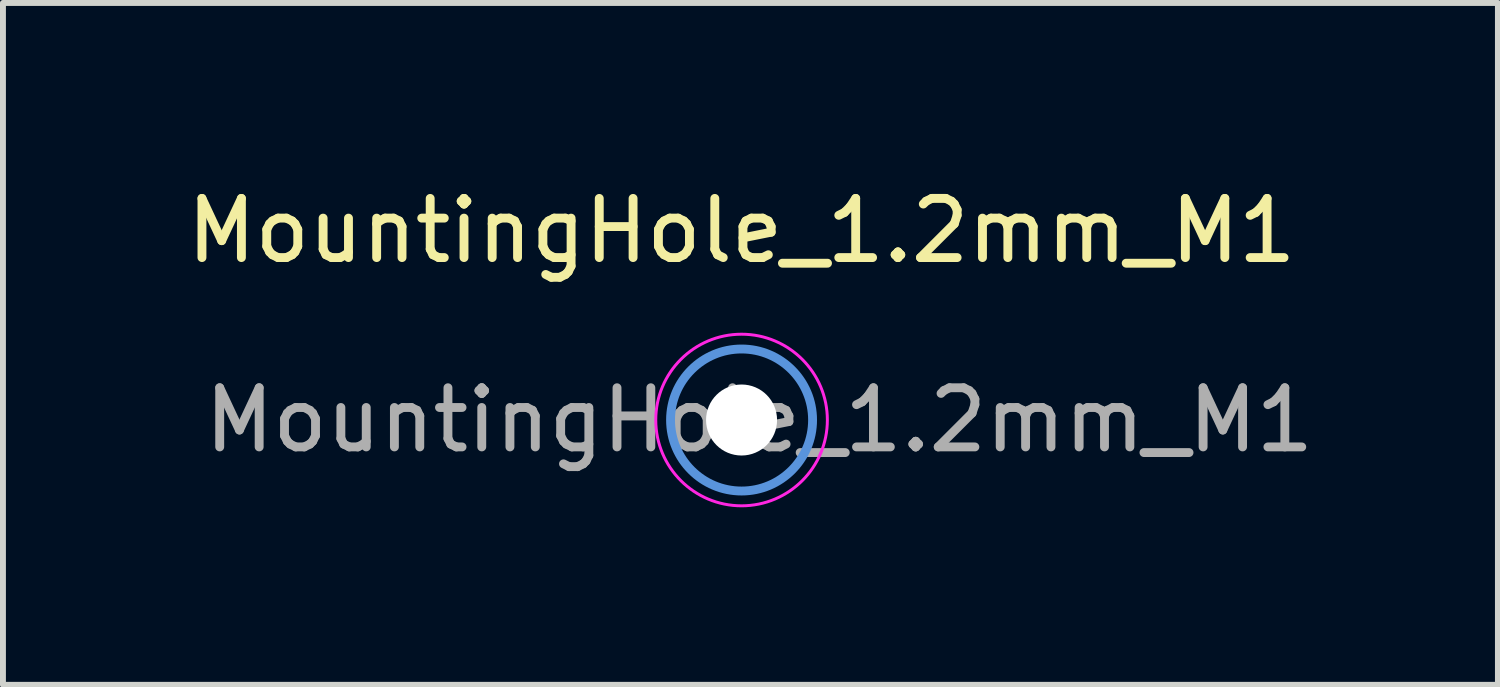
<source format=kicad_pcb>
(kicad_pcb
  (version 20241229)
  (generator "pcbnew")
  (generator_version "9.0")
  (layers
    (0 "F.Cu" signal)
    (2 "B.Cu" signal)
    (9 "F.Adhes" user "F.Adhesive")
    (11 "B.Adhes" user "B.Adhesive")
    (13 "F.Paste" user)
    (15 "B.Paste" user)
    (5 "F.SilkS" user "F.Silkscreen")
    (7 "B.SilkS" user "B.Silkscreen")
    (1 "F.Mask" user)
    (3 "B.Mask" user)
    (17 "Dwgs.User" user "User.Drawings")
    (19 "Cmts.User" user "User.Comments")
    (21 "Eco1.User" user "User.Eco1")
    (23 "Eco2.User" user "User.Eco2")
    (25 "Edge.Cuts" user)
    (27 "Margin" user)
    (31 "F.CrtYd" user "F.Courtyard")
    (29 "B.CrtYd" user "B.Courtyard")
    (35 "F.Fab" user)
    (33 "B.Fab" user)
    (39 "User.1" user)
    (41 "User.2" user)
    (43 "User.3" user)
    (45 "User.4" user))
  (footprint "MountingHole_1.2mm_M1"
    (layer "F.Cu")
    (at 9.482 4.048)
    (property "Reference" "MountingHole_1.2mm_M1" (at 0 -3.2 0) (layer "F.SilkS") (effects (font (size 1 1) (thickness 0.15))))
    (attr exclude_from_pos_files exclude_from_bom)
    (fp_circle (center 0 0) (end 1.2 0) (stroke (width 0.15) (type solid)) (fill no) (layer "Cmts.User"))
    (fp_circle (center 0 0) (end 1.45 0) (stroke (width 0.05) (type solid)) (fill no) (layer "F.CrtYd"))
    (fp_text user "${REFERENCE}" (at 0.3 0 0) (layer "F.Fab") (effects (font (size 1 1) (thickness 0.15))))
    (pad "" np_thru_hole circle (at 0 0) (size 1.2 1.2) (drill 1.2) (layers "*.Cu" "*.Mask")))
  (gr_rect
    (start -3 -3)
    (end 22.264 8.523)
    (stroke (width 0.1) (type default))
    (fill no)
    (layer "Edge.Cuts")))
</source>
